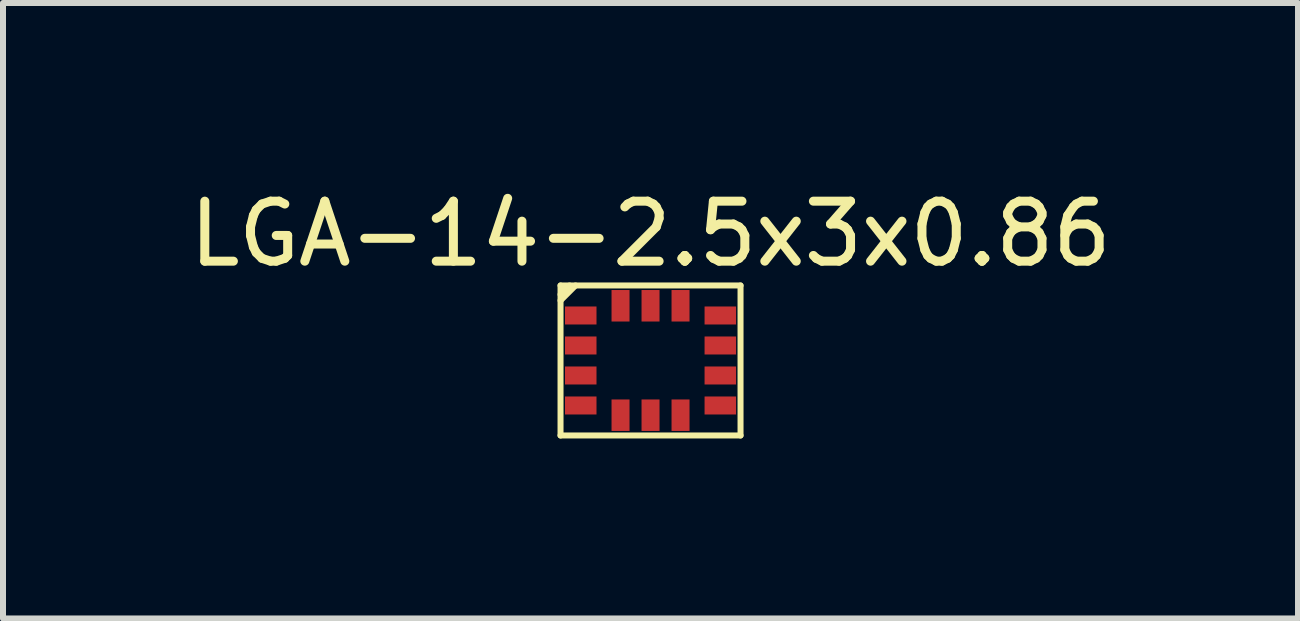
<source format=kicad_pcb>
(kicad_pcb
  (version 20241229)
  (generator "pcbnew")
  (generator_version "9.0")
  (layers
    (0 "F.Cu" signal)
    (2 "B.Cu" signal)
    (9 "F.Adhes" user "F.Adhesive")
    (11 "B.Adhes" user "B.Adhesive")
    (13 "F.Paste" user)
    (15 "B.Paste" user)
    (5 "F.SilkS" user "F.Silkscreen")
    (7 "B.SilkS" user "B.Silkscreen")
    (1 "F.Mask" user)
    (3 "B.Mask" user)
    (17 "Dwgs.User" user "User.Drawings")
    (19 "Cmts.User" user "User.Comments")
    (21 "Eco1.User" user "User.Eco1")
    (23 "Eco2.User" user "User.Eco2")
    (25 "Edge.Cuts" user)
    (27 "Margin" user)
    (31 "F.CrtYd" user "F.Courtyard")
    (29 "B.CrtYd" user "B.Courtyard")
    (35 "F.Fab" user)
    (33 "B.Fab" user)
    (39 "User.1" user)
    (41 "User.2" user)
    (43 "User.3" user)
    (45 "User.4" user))
  (footprint "LGA-14-2.5x3x0.86"
    (layer "F.Cu")
    (at 7.792 2.958)
    (property "Reference" "LGA-14-2.5x3x0.86" (at 0 -2.11 0) (layer "F.SilkS") (effects (font (size 1 1) (thickness 0.15))))
    (attr through_hole)
    (fp_line (start -1.5 -1.25) (end -1.5 1.25) (stroke (width 0.1) (type solid)) (layer "F.SilkS"))
    (fp_line (start -1.5 -1) (end -1.25 -1.25) (stroke (width 0.1) (type solid)) (layer "F.SilkS"))
    (fp_line (start -1.5 1.25) (end 1.5 1.25) (stroke (width 0.1) (type solid)) (layer "F.SilkS"))
    (fp_line (start -1.35 -1.25) (end -1.5 -1.1) (stroke (width 0.1) (type solid)) (layer "F.SilkS"))
    (fp_line (start 1.5 -1.25) (end -1.5 -1.25) (stroke (width 0.1) (type solid)) (layer "F.SilkS"))
    (fp_line (start 1.5 1.25) (end 1.5 -1.25) (stroke (width 0.1) (type solid)) (layer "F.SilkS"))
    (pad "1" smd rect (at -1.163 -0.75 90) (size 0.3 0.525) (layers "F.Cu" "F.Mask" "F.Paste"))
    (pad "2" smd rect (at -1.163 -0.25 90) (size 0.3 0.525) (layers "F.Cu" "F.Mask" "F.Paste"))
    (pad "3" smd rect (at -1.163 0.25 90) (size 0.3 0.525) (layers "F.Cu" "F.Mask" "F.Paste"))
    (pad "4" smd rect (at -1.163 0.75 90) (size 0.3 0.525) (layers "F.Cu" "F.Mask" "F.Paste"))
    (pad "5" smd rect (at -0.5 0.912) (size 0.3 0.525) (layers "F.Cu" "F.Mask" "F.Paste"))
    (pad "6" smd rect (at 0 0.912) (size 0.3 0.525) (layers "F.Cu" "F.Mask" "F.Paste"))
    (pad "7" smd rect (at 0.5 0.912) (size 0.3 0.525) (layers "F.Cu" "F.Mask" "F.Paste"))
    (pad "8" smd rect (at 1.163 0.75 90) (size 0.3 0.525) (layers "F.Cu" "F.Mask" "F.Paste"))
    (pad "9" smd rect (at 1.163 0.25 90) (size 0.3 0.525) (layers "F.Cu" "F.Mask" "F.Paste"))
    (pad "10" smd rect (at 1.163 -0.25 90) (size 0.3 0.525) (layers "F.Cu" "F.Mask" "F.Paste"))
    (pad "11" smd rect (at 1.163 -0.75 90) (size 0.3 0.525) (layers "F.Cu" "F.Mask" "F.Paste"))
    (pad "12" smd rect (at 0.5 -0.912) (size 0.3 0.525) (layers "F.Cu" "F.Mask" "F.Paste"))
    (pad "13" smd rect (at 0 -0.912) (size 0.3 0.525) (layers "F.Cu" "F.Mask" "F.Paste"))
    (pad "14" smd rect (at -0.5 -0.912) (size 0.3 0.525) (layers "F.Cu" "F.Mask" "F.Paste")))
  (gr_rect
    (start -3 -3)
    (end 18.583 7.258)
    (stroke (width 0.1) (type default))
    (fill no)
    (layer "Edge.Cuts")))
</source>
